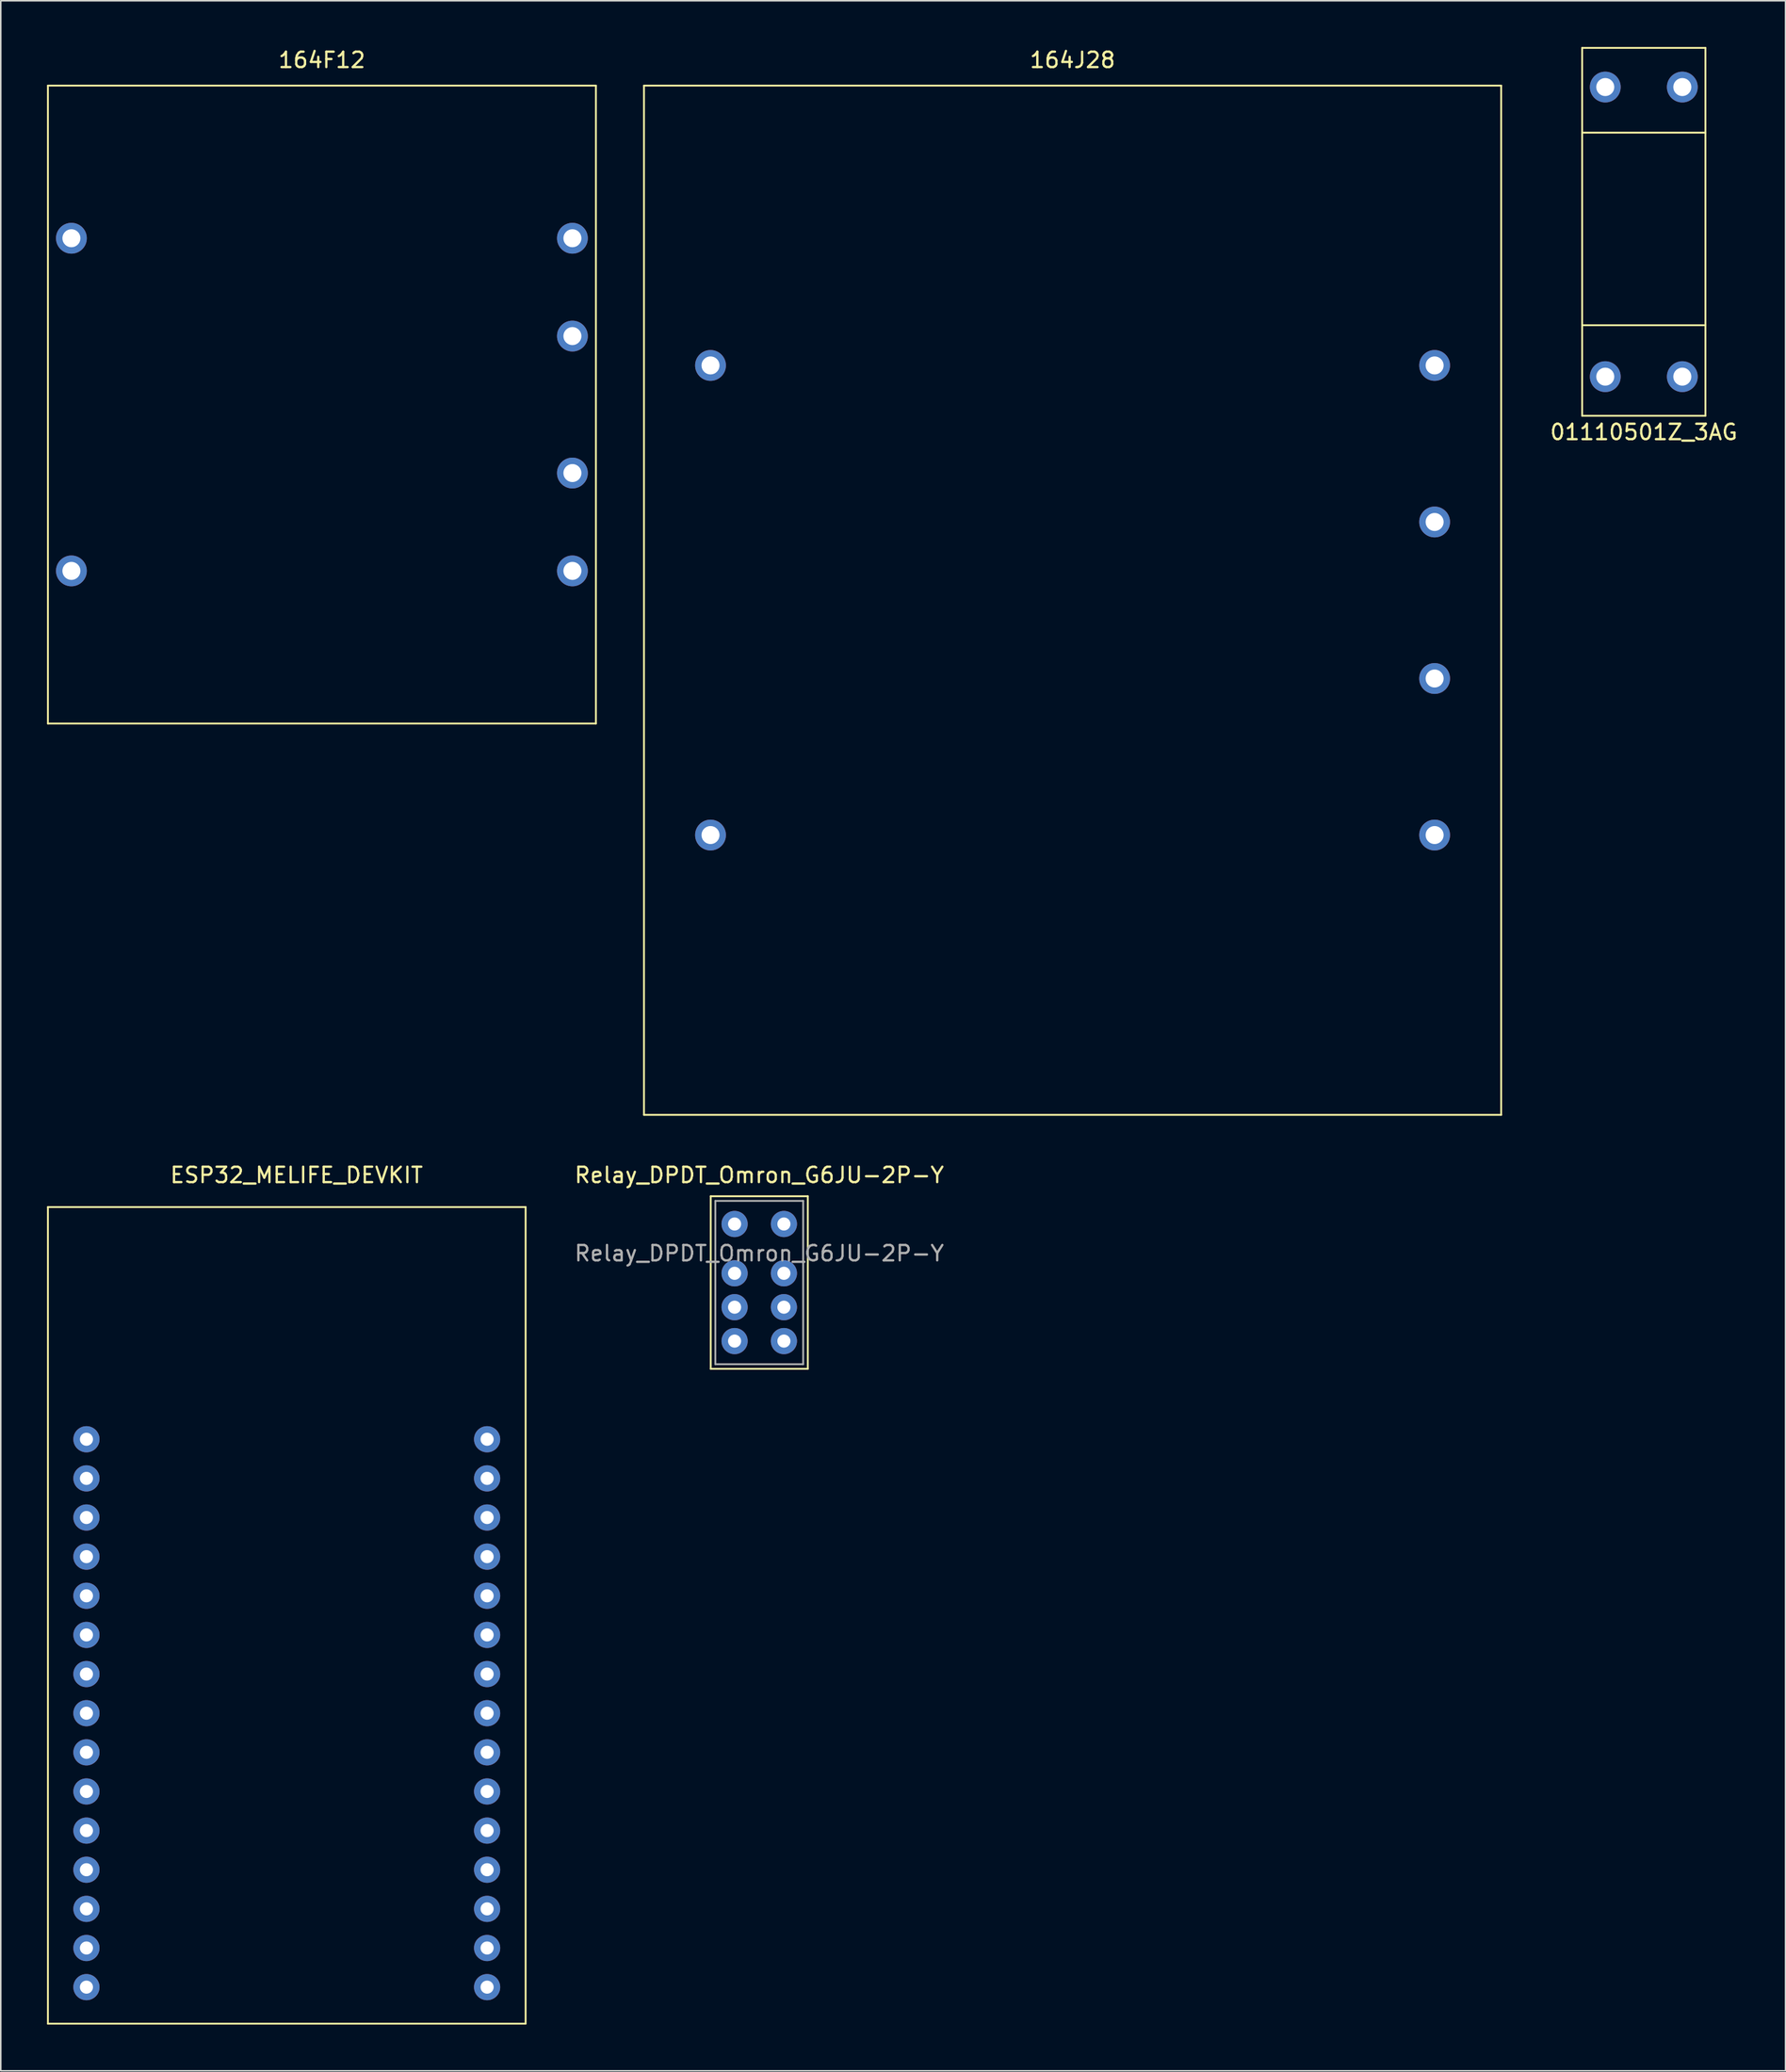
<source format=kicad_pcb>
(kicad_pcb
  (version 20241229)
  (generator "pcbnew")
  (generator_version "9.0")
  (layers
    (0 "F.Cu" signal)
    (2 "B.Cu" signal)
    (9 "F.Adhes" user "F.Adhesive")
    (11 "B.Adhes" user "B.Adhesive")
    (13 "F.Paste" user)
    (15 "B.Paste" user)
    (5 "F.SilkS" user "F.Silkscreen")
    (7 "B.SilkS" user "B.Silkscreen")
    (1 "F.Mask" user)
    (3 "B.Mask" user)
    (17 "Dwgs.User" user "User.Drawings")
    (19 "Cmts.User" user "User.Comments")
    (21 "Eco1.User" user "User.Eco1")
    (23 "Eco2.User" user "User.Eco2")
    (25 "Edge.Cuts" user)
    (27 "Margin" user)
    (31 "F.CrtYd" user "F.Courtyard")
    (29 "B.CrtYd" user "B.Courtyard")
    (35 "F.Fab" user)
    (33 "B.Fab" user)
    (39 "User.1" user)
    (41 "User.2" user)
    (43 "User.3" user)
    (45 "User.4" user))
  (footprint "ESP32_MELIFE_DEVKIT"
    (layer "F.Cu")
    (at 15.56 101.793)
    (property "Reference" "ESP32_MELIFE_DEVKIT" (at 0.635 -28.575 0) (layer "F.SilkS") (effects (font (size 1 1) (thickness 0.15))))
    (attr through_hole)
    (fp_line (start -15.5 -26.5) (end -15.5 26.5) (stroke (width 0.12) (type solid)) (layer "F.SilkS"))
    (fp_line (start -15.5 -26.5) (end 15.5 -26.5) (stroke (width 0.12) (type solid)) (layer "F.SilkS"))
    (fp_line (start -15.5 26.5) (end 15.5 26.5) (stroke (width 0.12) (type solid)) (layer "F.SilkS"))
    (fp_line (start 15.5 -26.5) (end 15.5 26.5) (stroke (width 0.12) (type solid)) (layer "F.SilkS"))
    (pad "" thru_hole circle (at -13 21.59) (size 1.7 1.7) (drill 0.85) (layers "*.Cu" "*.Mask"))
    (pad "" thru_hole circle (at -13 24.13) (size 1.7 1.7) (drill 0.85) (layers "*.Cu" "*.Mask"))
    (pad "" thru_hole circle (at 13 21.59) (size 1.7 1.7) (drill 0.85) (layers "*.Cu" "*.Mask"))
    (pad "" thru_hole circle (at 13 24.13) (size 1.7 1.7) (drill 0.85) (layers "*.Cu" "*.Mask"))
    (pad "5" thru_hole circle (at -13 -8.89) (size 1.7 1.7) (drill 0.85) (layers "*.Cu" "*.Mask"))
    (pad "8" thru_hole circle (at -13 -6.35) (size 1.7 1.7) (drill 0.85) (layers "*.Cu" "*.Mask"))
    (pad "9" thru_hole circle (at -13 -11.43) (size 1.7 1.7) (drill 0.85) (layers "*.Cu" "*.Mask"))
    (pad "10" thru_hole circle (at -13 -3.81) (size 1.7 1.7) (drill 0.85) (layers "*.Cu" "*.Mask"))
    (pad "11" thru_hole circle (at -13 -1.27) (size 1.7 1.7) (drill 0.85) (layers "*.Cu" "*.Mask"))
    (pad "12" thru_hole circle (at -13 1.27) (size 1.7 1.7) (drill 0.85) (layers "*.Cu" "*.Mask"))
    (pad "13" thru_hole circle (at -13 3.81) (size 1.7 1.7) (drill 0.85) (layers "*.Cu" "*.Mask"))
    (pad "14" thru_hole circle (at -13 6.35) (size 1.7 1.7) (drill 0.85) (layers "*.Cu" "*.Mask"))
    (pad "15" thru_hole circle (at -13 8.89) (size 1.7 1.7) (drill 0.85) (layers "*.Cu" "*.Mask"))
    (pad "16" thru_hole circle (at -13 11.43) (size 1.7 1.7) (drill 0.85) (layers "*.Cu" "*.Mask"))
    (pad "17" thru_hole circle (at -13 13.97) (size 1.7 1.7) (drill 0.85) (layers "*.Cu" "*.Mask"))
    (pad "18" thru_hole circle (at -13 16.51) (size 1.7 1.7) (drill 0.85) (layers "*.Cu" "*.Mask"))
    (pad "20" thru_hole circle (at -13 19.05) (size 1.7 1.7) (drill 0.85) (layers "*.Cu" "*.Mask"))
    (pad "21" thru_hole circle (at 13 19.05) (size 1.7 1.7) (drill 0.85) (layers "*.Cu" "*.Mask"))
    (pad "22" thru_hole circle (at 13 16.51) (size 1.7 1.7) (drill 0.85) (layers "*.Cu" "*.Mask"))
    (pad "24" thru_hole circle (at 13 13.97) (size 1.7 1.7) (drill 0.85) (layers "*.Cu" "*.Mask"))
    (pad "25" thru_hole circle (at 13 11.43) (size 1.7 1.7) (drill 0.85) (layers "*.Cu" "*.Mask"))
    (pad "27" thru_hole circle (at 13 8.89) (size 1.7 1.7) (drill 0.85) (layers "*.Cu" "*.Mask"))
    (pad "34" thru_hole circle (at 13 6.35) (size 1.7 1.7) (drill 0.85) (layers "*.Cu" "*.Mask"))
    (pad "35" thru_hole circle (at 13 3.81) (size 1.7 1.7) (drill 0.85) (layers "*.Cu" "*.Mask"))
    (pad "36" thru_hole circle (at 13 -11.43) (size 1.7 1.7) (drill 0.85) (layers "*.Cu" "*.Mask"))
    (pad "38" thru_hole circle (at 13 1.27) (size 1.7 1.7) (drill 0.85) (layers "*.Cu" "*.Mask"))
    (pad "39" thru_hole circle (at 13 -8.89) (size 1.7 1.7) (drill 0.85) (layers "*.Cu" "*.Mask"))
    (pad "40" thru_hole circle (at 13 -3.81) (size 1.7 1.7) (drill 0.85) (layers "*.Cu" "*.Mask"))
    (pad "41" thru_hole circle (at 13 -6.35) (size 1.7 1.7) (drill 0.85) (layers "*.Cu" "*.Mask"))
    (pad "42" thru_hole circle (at 13 -1.27) (size 1.7 1.7) (drill 0.85) (layers "*.Cu" "*.Mask")))
  (footprint "164J28"
    (layer "F.Cu")
    (at 66.553 35.908)
    (property "Reference" "164J28" (at 0 -35.06 0) (layer "F.SilkS") (effects (font (size 1 1) (thickness 0.15))))
    (attr through_hole)
    (fp_line (start -27.813 -33.401) (end -27.813 33.401) (stroke (width 0.12) (type solid)) (layer "F.SilkS"))
    (fp_line (start -27.813 -33.401) (end 27.813 -33.401) (stroke (width 0.12) (type solid)) (layer "F.SilkS"))
    (fp_line (start -27.813 33.401) (end 27.813 33.401) (stroke (width 0.12) (type solid)) (layer "F.SilkS"))
    (fp_line (start 27.813 33.401) (end 27.813 -33.401) (stroke (width 0.12) (type solid)) (layer "F.SilkS"))
    (pad "1" thru_hole circle (at -23.495 -15.24) (size 2 2) (drill 1.17) (layers "*.Cu" "*.Mask"))
    (pad "2" thru_hole circle (at -23.495 15.24) (size 2 2) (drill 1.17) (layers "*.Cu" "*.Mask"))
    (pad "3" thru_hole circle (at 23.495 -15.24) (size 2 2) (drill 1.17) (layers "*.Cu" "*.Mask"))
    (pad "4" thru_hole circle (at 23.495 -5.08) (size 2 2) (drill 1.17) (layers "*.Cu" "*.Mask"))
    (pad "5" thru_hole circle (at 23.495 5.08) (size 2 2) (drill 1.17) (layers "*.Cu" "*.Mask"))
    (pad "6" thru_hole circle (at 23.495 15.24) (size 2 2) (drill 1.17) (layers "*.Cu" "*.Mask")))
  (footprint "01110501Z_3AG"
    (layer "F.Cu")
    (at 103.622 11.998)
    (property "Reference" "01110501Z_3AG" (at 0 13 0) (layer "F.SilkS") (effects (font (size 1 1) (thickness 0.15))))
    (attr through_hole)
    (fp_line (start -4 -11.938) (end 4 -11.938) (stroke (width 0.12) (type solid)) (layer "F.SilkS"))
    (fp_line (start -4 -6.438) (end 4 -6.438) (stroke (width 0.12) (type solid)) (layer "F.SilkS"))
    (fp_line (start -4 6.062) (end 4 6.062) (stroke (width 0.12) (type solid)) (layer "F.SilkS"))
    (fp_line (start -4 11.938) (end -4 -11.938) (stroke (width 0.12) (type solid)) (layer "F.SilkS"))
    (fp_line (start 4 -11.938) (end 4 11.938) (stroke (width 0.12) (type solid)) (layer "F.SilkS"))
    (fp_line (start 4 11.938) (end -4 11.938) (stroke (width 0.12) (type solid)) (layer "F.SilkS"))
    (pad "1" thru_hole circle (at -2.5 -9.398) (size 2 2) (drill 1.17) (layers "*.Cu" "*.Mask"))
    (pad "1" thru_hole circle (at 2.5 -9.398) (size 2 2) (drill 1.17) (layers "*.Cu" "*.Mask"))
    (pad "2" thru_hole circle (at -2.5 9.398) (size 2 2) (drill 1.17) (layers "*.Cu" "*.Mask"))
    (pad "2" thru_hole circle (at 2.5 9.398) (size 2 2) (drill 1.17) (layers "*.Cu" "*.Mask")))
  (footprint "Relay_DPDT_Omron_G6JU-2P-Y"
    (layer "F.Cu")
    (at 46.221 76.392)
    (property "Reference" "Relay_DPDT_Omron_G6JU-2P-Y" (at 0 -3.175 0) (layer "F.SilkS") (effects (font (size 1 1) (thickness 0.15))))
    (attr through_hole)
    (fp_line (start -3.15 -1.8) (end -3.15 9.4) (stroke (width 0.12) (type solid)) (layer "F.SilkS"))
    (fp_line (start -3.15 9.4) (end 3.15 9.4) (stroke (width 0.12) (type solid)) (layer "F.SilkS"))
    (fp_line (start 3.15 -1.8) (end -3.15 -1.8) (stroke (width 0.12) (type solid)) (layer "F.SilkS"))
    (fp_line (start 3.15 9.4) (end 3.15 -1.8) (stroke (width 0.12) (type solid)) (layer "F.SilkS"))
    (fp_line (start -2.85 -1.5) (end -2.85 9.1) (stroke (width 0.12) (type solid)) (layer "F.Fab"))
    (fp_line (start -2.85 -1.5) (end 2.85 -1.5) (stroke (width 0.12) (type solid)) (layer "F.Fab"))
    (fp_line (start -2.85 9.1) (end 2.85 9.1) (stroke (width 0.12) (type solid)) (layer "F.Fab"))
    (fp_line (start 2.85 -1.5) (end 2.85 9.1) (stroke (width 0.12) (type solid)) (layer "F.Fab"))
    (fp_text user "${REFERENCE}" (at 0 1.905 0) (layer "F.Fab") (effects (font (size 1 1) (thickness 0.15))))
    (pad "1" thru_hole circle (at 1.6 0) (size 1.7 1.7) (drill 0.85) (layers "*.Cu" "*.Mask"))
    (pad "2" thru_hole circle (at 1.6 3.2) (size 1.7 1.7) (drill 0.85) (layers "*.Cu" "*.Mask"))
    (pad "3" thru_hole circle (at 1.6 5.4) (size 1.7 1.7) (drill 0.85) (layers "*.Cu" "*.Mask"))
    (pad "4" thru_hole circle (at 1.6 7.6) (size 1.7 1.7) (drill 0.85) (layers "*.Cu" "*.Mask"))
    (pad "5" thru_hole circle (at -1.6 7.6) (size 1.7 1.7) (drill 0.85) (layers "*.Cu" "*.Mask"))
    (pad "6" thru_hole circle (at -1.6 5.4) (size 1.7 1.7) (drill 0.85) (layers "*.Cu" "*.Mask"))
    (pad "7" thru_hole circle (at -1.6 3.2) (size 1.7 1.7) (drill 0.85) (layers "*.Cu" "*.Mask"))
    (pad "8" thru_hole circle (at -1.6 0) (size 1.7 1.7) (drill 0.85) (layers "*.Cu" "*.Mask")))
  (footprint "164F12"
    (layer "F.Cu")
    (at 17.84 23.208)
    (property "Reference" "164F12" (at 0 -22.36 0) (layer "F.SilkS") (effects (font (size 1 1) (thickness 0.15))))
    (attr through_hole)
    (fp_line (start -17.78 -20.701) (end -17.78 20.701) (stroke (width 0.12) (type solid)) (layer "F.SilkS"))
    (fp_line (start -17.78 -20.701) (end 17.78 -20.701) (stroke (width 0.12) (type solid)) (layer "F.SilkS"))
    (fp_line (start -17.78 20.701) (end 17.78 20.701) (stroke (width 0.12) (type solid)) (layer "F.SilkS"))
    (fp_line (start 17.78 20.701) (end 17.78 -20.701) (stroke (width 0.12) (type solid)) (layer "F.SilkS"))
    (pad "1" thru_hole circle (at -16.256 -10.795) (size 2 2) (drill 1.17) (layers "*.Cu" "*.Mask"))
    (pad "2" thru_hole circle (at -16.256 10.795) (size 2 2) (drill 1.17) (layers "*.Cu" "*.Mask"))
    (pad "3" thru_hole circle (at 16.256 -10.795) (size 2 2) (drill 1.17) (layers "*.Cu" "*.Mask"))
    (pad "4" thru_hole circle (at 16.256 -4.445) (size 2 2) (drill 1.17) (layers "*.Cu" "*.Mask"))
    (pad "5" thru_hole circle (at 16.256 4.445) (size 2 2) (drill 1.17) (layers "*.Cu" "*.Mask"))
    (pad "6" thru_hole circle (at 16.256 10.795) (size 2 2) (drill 1.17) (layers "*.Cu" "*.Mask")))
  (gr_rect
    (start -3 -3)
    (end 112.819 131.352)
    (stroke (width 0.1) (type default))
    (fill no)
    (layer "Edge.Cuts")))
</source>
